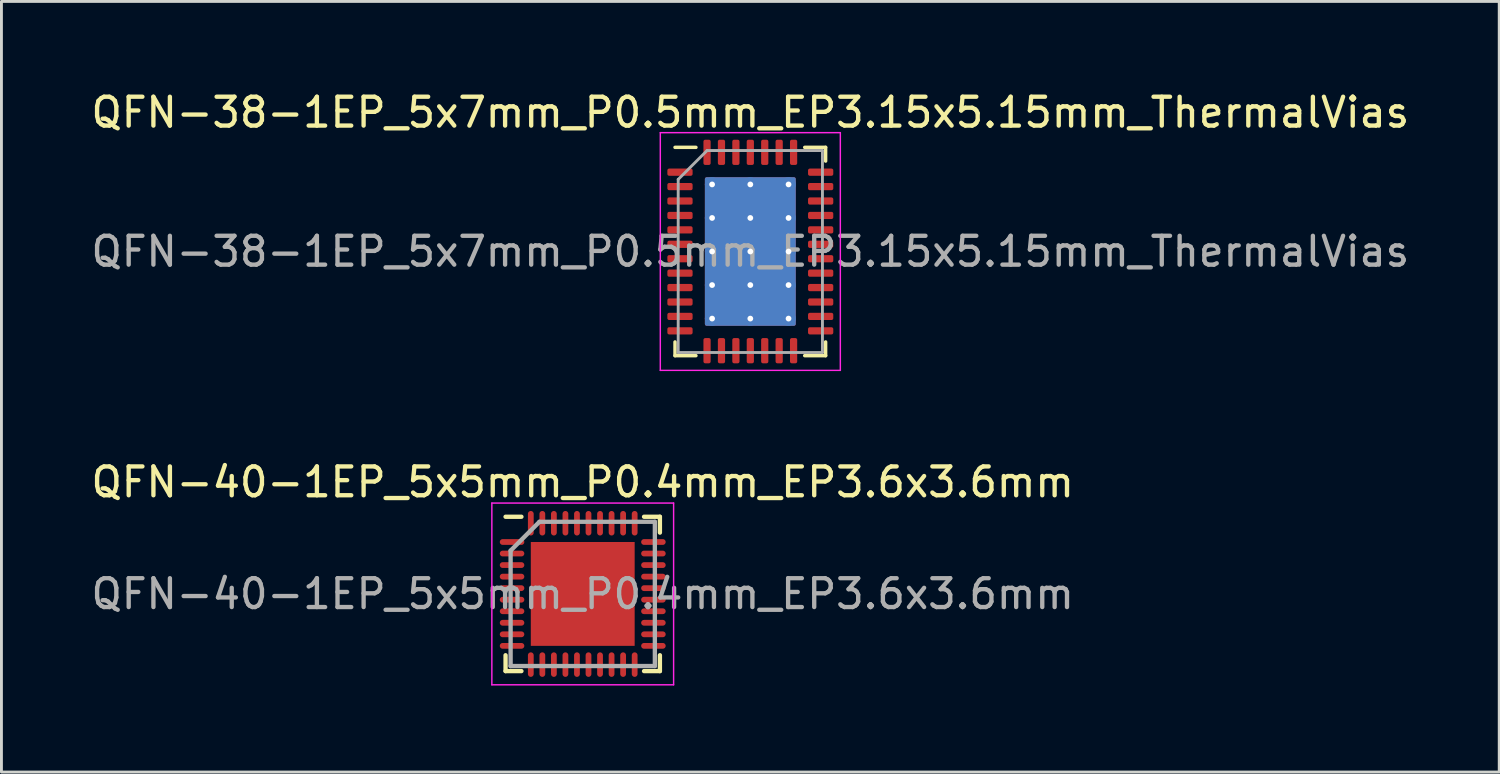
<source format=kicad_pcb>
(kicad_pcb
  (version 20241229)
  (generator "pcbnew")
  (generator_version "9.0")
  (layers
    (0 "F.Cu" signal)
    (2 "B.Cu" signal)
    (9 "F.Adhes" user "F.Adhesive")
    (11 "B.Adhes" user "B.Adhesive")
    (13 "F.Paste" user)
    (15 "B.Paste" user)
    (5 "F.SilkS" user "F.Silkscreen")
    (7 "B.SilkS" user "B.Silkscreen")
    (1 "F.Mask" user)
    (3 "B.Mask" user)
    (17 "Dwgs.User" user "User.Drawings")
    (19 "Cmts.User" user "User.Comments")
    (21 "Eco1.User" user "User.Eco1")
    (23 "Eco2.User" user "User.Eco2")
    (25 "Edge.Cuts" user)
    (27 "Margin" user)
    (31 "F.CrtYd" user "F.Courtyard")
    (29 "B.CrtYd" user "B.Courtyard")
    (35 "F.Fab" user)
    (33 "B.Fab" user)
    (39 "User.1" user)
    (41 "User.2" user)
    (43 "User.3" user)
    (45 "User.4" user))
  (footprint "QFN-40-1EP_5x5mm_P0.4mm_EP3.6x3.6mm"
    (layer "F.Cu")
    (at 17.149 17.537)
    (property "Reference" "QFN-40-1EP_5x5mm_P0.4mm_EP3.6x3.6mm" (at 0 -3.875 0) (layer "F.SilkS") (effects (font (size 1 1) (thickness 0.15))))
    (attr smd)
    (fp_line (start -2.675 -2.675) (end -2.125 -2.675) (stroke (width 0.15) (type solid)) (layer "F.SilkS"))
    (fp_line (start -2.675 2.675) (end -2.675 2.125) (stroke (width 0.15) (type solid)) (layer "F.SilkS"))
    (fp_line (start -2.675 2.675) (end -2.125 2.675) (stroke (width 0.15) (type solid)) (layer "F.SilkS"))
    (fp_line (start 2.675 -2.675) (end 2.125 -2.675) (stroke (width 0.15) (type solid)) (layer "F.SilkS"))
    (fp_line (start 2.675 -2.675) (end 2.675 -2.125) (stroke (width 0.15) (type solid)) (layer "F.SilkS"))
    (fp_line (start 2.675 2.675) (end 2.125 2.675) (stroke (width 0.15) (type solid)) (layer "F.SilkS"))
    (fp_line (start 2.675 2.675) (end 2.675 2.125) (stroke (width 0.15) (type solid)) (layer "F.SilkS"))
    (fp_line (start -3.15 -3.15) (end -3.15 3.15) (stroke (width 0.05) (type solid)) (layer "F.CrtYd"))
    (fp_line (start -3.15 -3.15) (end 3.15 -3.15) (stroke (width 0.05) (type solid)) (layer "F.CrtYd"))
    (fp_line (start -3.15 3.15) (end 3.15 3.15) (stroke (width 0.05) (type solid)) (layer "F.CrtYd"))
    (fp_line (start 3.15 -3.15) (end 3.15 3.15) (stroke (width 0.05) (type solid)) (layer "F.CrtYd"))
    (fp_line (start -2.5 -1.5) (end -1.5 -2.5) (stroke (width 0.15) (type solid)) (layer "F.Fab"))
    (fp_line (start -2.5 2.5) (end -2.5 -1.5) (stroke (width 0.15) (type solid)) (layer "F.Fab"))
    (fp_line (start -1.5 -2.5) (end 2.5 -2.5) (stroke (width 0.15) (type solid)) (layer "F.Fab"))
    (fp_line (start 2.5 -2.5) (end 2.5 2.5) (stroke (width 0.15) (type solid)) (layer "F.Fab"))
    (fp_line (start 2.5 2.5) (end -2.5 2.5) (stroke (width 0.15) (type solid)) (layer "F.Fab"))
    (fp_text user "${REFERENCE}" (at 0 0 0) (layer "F.Fab") (effects (font (size 1 1) (thickness 0.15))))
    (pad "" smd rect (at -1.2 -1.2) (size 0.97 0.97) (layers "F.Paste"))
    (pad "" smd rect (at -1.2 0) (size 0.97 0.97) (layers "F.Paste"))
    (pad "" smd rect (at -1.2 1.2) (size 0.97 0.97) (layers "F.Paste"))
    (pad "" smd rect (at 0 -1.2) (size 0.97 0.97) (layers "F.Paste"))
    (pad "" smd rect (at 0 0) (size 0.97 0.97) (layers "F.Paste"))
    (pad "" smd rect (at 0 1.2) (size 0.97 0.97) (layers "F.Paste"))
    (pad "" smd rect (at 1.2 -1.2) (size 0.97 0.97) (layers "F.Paste"))
    (pad "" smd rect (at 1.2 0) (size 0.97 0.97) (layers "F.Paste"))
    (pad "" smd rect (at 1.2 1.2) (size 0.97 0.97) (layers "F.Paste"))
    (pad "1" smd oval (at -2.45 -1.8) (size 0.85 0.2) (layers "F.Cu" "F.Mask" "F.Paste"))
    (pad "2" smd oval (at -2.45 -1.4) (size 0.85 0.2) (layers "F.Cu" "F.Mask" "F.Paste"))
    (pad "3" smd oval (at -2.45 -1) (size 0.85 0.2) (layers "F.Cu" "F.Mask" "F.Paste"))
    (pad "4" smd oval (at -2.45 -0.6) (size 0.85 0.2) (layers "F.Cu" "F.Mask" "F.Paste"))
    (pad "5" smd oval (at -2.45 -0.2) (size 0.85 0.2) (layers "F.Cu" "F.Mask" "F.Paste"))
    (pad "6" smd oval (at -2.45 0.2) (size 0.85 0.2) (layers "F.Cu" "F.Mask" "F.Paste"))
    (pad "7" smd oval (at -2.45 0.6) (size 0.85 0.2) (layers "F.Cu" "F.Mask" "F.Paste"))
    (pad "8" smd oval (at -2.45 1) (size 0.85 0.2) (layers "F.Cu" "F.Mask" "F.Paste"))
    (pad "9" smd oval (at -2.45 1.4) (size 0.85 0.2) (layers "F.Cu" "F.Mask" "F.Paste"))
    (pad "10" smd oval (at -2.45 1.8) (size 0.85 0.2) (layers "F.Cu" "F.Mask" "F.Paste"))
    (pad "11" smd oval (at -1.8 2.45 90) (size 0.85 0.2) (layers "F.Cu" "F.Mask" "F.Paste"))
    (pad "12" smd oval (at -1.4 2.45 90) (size 0.85 0.2) (layers "F.Cu" "F.Mask" "F.Paste"))
    (pad "13" smd oval (at -1 2.45 90) (size 0.85 0.2) (layers "F.Cu" "F.Mask" "F.Paste"))
    (pad "14" smd oval (at -0.6 2.45 90) (size 0.85 0.2) (layers "F.Cu" "F.Mask" "F.Paste"))
    (pad "15" smd oval (at -0.2 2.45 90) (size 0.85 0.2) (layers "F.Cu" "F.Mask" "F.Paste"))
    (pad "16" smd oval (at 0.2 2.45 90) (size 0.85 0.2) (layers "F.Cu" "F.Mask" "F.Paste"))
    (pad "17" smd oval (at 0.6 2.45 90) (size 0.85 0.2) (layers "F.Cu" "F.Mask" "F.Paste"))
    (pad "18" smd oval (at 1 2.45 90) (size 0.85 0.2) (layers "F.Cu" "F.Mask" "F.Paste"))
    (pad "19" smd oval (at 1.4 2.45 90) (size 0.85 0.2) (layers "F.Cu" "F.Mask" "F.Paste"))
    (pad "20" smd oval (at 1.8 2.45 90) (size 0.85 0.2) (layers "F.Cu" "F.Mask" "F.Paste"))
    (pad "21" smd oval (at 2.45 1.8) (size 0.85 0.2) (layers "F.Cu" "F.Mask" "F.Paste"))
    (pad "22" smd oval (at 2.45 1.4) (size 0.85 0.2) (layers "F.Cu" "F.Mask" "F.Paste"))
    (pad "23" smd oval (at 2.45 1) (size 0.85 0.2) (layers "F.Cu" "F.Mask" "F.Paste"))
    (pad "24" smd oval (at 2.45 0.6) (size 0.85 0.2) (layers "F.Cu" "F.Mask" "F.Paste"))
    (pad "25" smd oval (at 2.45 0.2) (size 0.85 0.2) (layers "F.Cu" "F.Mask" "F.Paste"))
    (pad "26" smd oval (at 2.45 -0.2) (size 0.85 0.2) (layers "F.Cu" "F.Mask" "F.Paste"))
    (pad "27" smd oval (at 2.45 -0.6) (size 0.85 0.2) (layers "F.Cu" "F.Mask" "F.Paste"))
    (pad "28" smd oval (at 2.45 -1) (size 0.85 0.2) (layers "F.Cu" "F.Mask" "F.Paste"))
    (pad "29" smd oval (at 2.45 -1.4) (size 0.85 0.2) (layers "F.Cu" "F.Mask" "F.Paste"))
    (pad "30" smd oval (at 2.45 -1.8) (size 0.85 0.2) (layers "F.Cu" "F.Mask" "F.Paste"))
    (pad "31" smd oval (at 1.8 -2.45 90) (size 0.85 0.2) (layers "F.Cu" "F.Mask" "F.Paste"))
    (pad "32" smd oval (at 1.4 -2.45 90) (size 0.85 0.2) (layers "F.Cu" "F.Mask" "F.Paste"))
    (pad "33" smd oval (at 1 -2.45 90) (size 0.85 0.2) (layers "F.Cu" "F.Mask" "F.Paste"))
    (pad "34" smd oval (at 0.6 -2.45 90) (size 0.85 0.2) (layers "F.Cu" "F.Mask" "F.Paste"))
    (pad "35" smd oval (at 0.2 -2.45 90) (size 0.85 0.2) (layers "F.Cu" "F.Mask" "F.Paste"))
    (pad "36" smd oval (at -0.2 -2.45 90) (size 0.85 0.2) (layers "F.Cu" "F.Mask" "F.Paste"))
    (pad "37" smd oval (at -0.6 -2.45 90) (size 0.85 0.2) (layers "F.Cu" "F.Mask" "F.Paste"))
    (pad "38" smd oval (at -1 -2.45 90) (size 0.85 0.2) (layers "F.Cu" "F.Mask" "F.Paste"))
    (pad "39" smd oval (at -1.4 -2.45 90) (size 0.85 0.2) (layers "F.Cu" "F.Mask" "F.Paste"))
    (pad "40" smd oval (at -1.8 -2.45 90) (size 0.85 0.2) (layers "F.Cu" "F.Mask" "F.Paste"))
    (pad "41" smd rect (at 0 0) (size 3.6 3.6) (layers "F.Cu" "F.Mask")))
  (footprint "QFN-38-1EP_5x7mm_P0.5mm_EP3.15x5.15mm_ThermalVias"
    (layer "F.Cu")
    (at 22.958 5.668)
    (property "Reference" "QFN-38-1EP_5x7mm_P0.5mm_EP3.15x5.15mm_ThermalVias" (at 0 -4.82 0) (layer "F.SilkS") (effects (font (size 1 1) (thickness 0.15))))
    (attr smd)
    (fp_line (start -2.61 3.61) (end -2.61 3.135) (stroke (width 0.12) (type solid)) (layer "F.SilkS"))
    (fp_line (start -1.885 -3.61) (end -2.61 -3.61) (stroke (width 0.12) (type solid)) (layer "F.SilkS"))
    (fp_line (start -1.885 3.61) (end -2.61 3.61) (stroke (width 0.12) (type solid)) (layer "F.SilkS"))
    (fp_line (start 1.885 -3.61) (end 2.61 -3.61) (stroke (width 0.12) (type solid)) (layer "F.SilkS"))
    (fp_line (start 1.885 3.61) (end 2.61 3.61) (stroke (width 0.12) (type solid)) (layer "F.SilkS"))
    (fp_line (start 2.61 -3.61) (end 2.61 -3.135) (stroke (width 0.12) (type solid)) (layer "F.SilkS"))
    (fp_line (start 2.61 3.61) (end 2.61 3.135) (stroke (width 0.12) (type solid)) (layer "F.SilkS"))
    (fp_line (start -3.12 -4.12) (end -3.12 4.12) (stroke (width 0.05) (type solid)) (layer "F.CrtYd"))
    (fp_line (start -3.12 4.12) (end 3.12 4.12) (stroke (width 0.05) (type solid)) (layer "F.CrtYd"))
    (fp_line (start 3.12 -4.12) (end -3.12 -4.12) (stroke (width 0.05) (type solid)) (layer "F.CrtYd"))
    (fp_line (start 3.12 4.12) (end 3.12 -4.12) (stroke (width 0.05) (type solid)) (layer "F.CrtYd"))
    (fp_line (start -2.5 -2.5) (end -1.5 -3.5) (stroke (width 0.1) (type solid)) (layer "F.Fab"))
    (fp_line (start -2.5 3.5) (end -2.5 -2.5) (stroke (width 0.1) (type solid)) (layer "F.Fab"))
    (fp_line (start -1.5 -3.5) (end 2.5 -3.5) (stroke (width 0.1) (type solid)) (layer "F.Fab"))
    (fp_line (start 2.5 -3.5) (end 2.5 3.5) (stroke (width 0.1) (type solid)) (layer "F.Fab"))
    (fp_line (start 2.5 3.5) (end -2.5 3.5) (stroke (width 0.1) (type solid)) (layer "F.Fab"))
    (fp_text user "${REFERENCE}" (at 0 0 0) (layer "F.Fab") (effects (font (size 1 1) (thickness 0.15))))
    (pad "" smd roundrect (at -0.79 -1.935) (size 1.36 1.12) (layers "F.Paste") (roundrect_rratio 0.223))
    (pad "" smd roundrect (at -0.79 -0.645) (size 1.36 1.12) (layers "F.Paste") (roundrect_rratio 0.223))
    (pad "" smd roundrect (at -0.79 0.645) (size 1.36 1.12) (layers "F.Paste") (roundrect_rratio 0.223))
    (pad "" smd roundrect (at -0.79 1.935) (size 1.36 1.12) (layers "F.Paste") (roundrect_rratio 0.223))
    (pad "" smd roundrect (at 0.79 -1.935) (size 1.36 1.12) (layers "F.Paste") (roundrect_rratio 0.223))
    (pad "" smd roundrect (at 0.79 -0.645) (size 1.36 1.12) (layers "F.Paste") (roundrect_rratio 0.223))
    (pad "" smd roundrect (at 0.79 0.645) (size 1.36 1.12) (layers "F.Paste") (roundrect_rratio 0.223))
    (pad "" smd roundrect (at 0.79 1.935) (size 1.36 1.12) (layers "F.Paste") (roundrect_rratio 0.223))
    (pad "1" smd roundrect (at -2.438 -2.75) (size 0.875 0.25) (layers "F.Cu" "F.Mask" "F.Paste") (roundrect_rratio 0.25))
    (pad "2" smd roundrect (at -2.438 -2.25) (size 0.875 0.25) (layers "F.Cu" "F.Mask" "F.Paste") (roundrect_rratio 0.25))
    (pad "3" smd roundrect (at -2.438 -1.75) (size 0.875 0.25) (layers "F.Cu" "F.Mask" "F.Paste") (roundrect_rratio 0.25))
    (pad "4" smd roundrect (at -2.438 -1.25) (size 0.875 0.25) (layers "F.Cu" "F.Mask" "F.Paste") (roundrect_rratio 0.25))
    (pad "5" smd roundrect (at -2.438 -0.75) (size 0.875 0.25) (layers "F.Cu" "F.Mask" "F.Paste") (roundrect_rratio 0.25))
    (pad "6" smd roundrect (at -2.438 -0.25) (size 0.875 0.25) (layers "F.Cu" "F.Mask" "F.Paste") (roundrect_rratio 0.25))
    (pad "7" smd roundrect (at -2.438 0.25) (size 0.875 0.25) (layers "F.Cu" "F.Mask" "F.Paste") (roundrect_rratio 0.25))
    (pad "8" smd roundrect (at -2.438 0.75) (size 0.875 0.25) (layers "F.Cu" "F.Mask" "F.Paste") (roundrect_rratio 0.25))
    (pad "9" smd roundrect (at -2.438 1.25) (size 0.875 0.25) (layers "F.Cu" "F.Mask" "F.Paste") (roundrect_rratio 0.25))
    (pad "10" smd roundrect (at -2.438 1.75) (size 0.875 0.25) (layers "F.Cu" "F.Mask" "F.Paste") (roundrect_rratio 0.25))
    (pad "11" smd roundrect (at -2.438 2.25) (size 0.875 0.25) (layers "F.Cu" "F.Mask" "F.Paste") (roundrect_rratio 0.25))
    (pad "12" smd roundrect (at -2.438 2.75) (size 0.875 0.25) (layers "F.Cu" "F.Mask" "F.Paste") (roundrect_rratio 0.25))
    (pad "13" smd roundrect (at -1.5 3.438) (size 0.25 0.875) (layers "F.Cu" "F.Mask" "F.Paste") (roundrect_rratio 0.25))
    (pad "14" smd roundrect (at -1 3.438) (size 0.25 0.875) (layers "F.Cu" "F.Mask" "F.Paste") (roundrect_rratio 0.25))
    (pad "15" smd roundrect (at -0.5 3.438) (size 0.25 0.875) (layers "F.Cu" "F.Mask" "F.Paste") (roundrect_rratio 0.25))
    (pad "16" smd roundrect (at 0 3.438) (size 0.25 0.875) (layers "F.Cu" "F.Mask" "F.Paste") (roundrect_rratio 0.25))
    (pad "17" smd roundrect (at 0.5 3.438) (size 0.25 0.875) (layers "F.Cu" "F.Mask" "F.Paste") (roundrect_rratio 0.25))
    (pad "18" smd roundrect (at 1 3.438) (size 0.25 0.875) (layers "F.Cu" "F.Mask" "F.Paste") (roundrect_rratio 0.25))
    (pad "19" smd roundrect (at 1.5 3.438) (size 0.25 0.875) (layers "F.Cu" "F.Mask" "F.Paste") (roundrect_rratio 0.25))
    (pad "20" smd roundrect (at 2.438 2.75) (size 0.875 0.25) (layers "F.Cu" "F.Mask" "F.Paste") (roundrect_rratio 0.25))
    (pad "21" smd roundrect (at 2.438 2.25) (size 0.875 0.25) (layers "F.Cu" "F.Mask" "F.Paste") (roundrect_rratio 0.25))
    (pad "22" smd roundrect (at 2.438 1.75) (size 0.875 0.25) (layers "F.Cu" "F.Mask" "F.Paste") (roundrect_rratio 0.25))
    (pad "23" smd roundrect (at 2.438 1.25) (size 0.875 0.25) (layers "F.Cu" "F.Mask" "F.Paste") (roundrect_rratio 0.25))
    (pad "24" smd roundrect (at 2.438 0.75) (size 0.875 0.25) (layers "F.Cu" "F.Mask" "F.Paste") (roundrect_rratio 0.25))
    (pad "25" smd roundrect (at 2.438 0.25) (size 0.875 0.25) (layers "F.Cu" "F.Mask" "F.Paste") (roundrect_rratio 0.25))
    (pad "26" smd roundrect (at 2.438 -0.25) (size 0.875 0.25) (layers "F.Cu" "F.Mask" "F.Paste") (roundrect_rratio 0.25))
    (pad "27" smd roundrect (at 2.438 -0.75) (size 0.875 0.25) (layers "F.Cu" "F.Mask" "F.Paste") (roundrect_rratio 0.25))
    (pad "28" smd roundrect (at 2.438 -1.25) (size 0.875 0.25) (layers "F.Cu" "F.Mask" "F.Paste") (roundrect_rratio 0.25))
    (pad "29" smd roundrect (at 2.438 -1.75) (size 0.875 0.25) (layers "F.Cu" "F.Mask" "F.Paste") (roundrect_rratio 0.25))
    (pad "30" smd roundrect (at 2.438 -2.25) (size 0.875 0.25) (layers "F.Cu" "F.Mask" "F.Paste") (roundrect_rratio 0.25))
    (pad "31" smd roundrect (at 2.438 -2.75) (size 0.875 0.25) (layers "F.Cu" "F.Mask" "F.Paste") (roundrect_rratio 0.25))
    (pad "32" smd roundrect (at 1.5 -3.438) (size 0.25 0.875) (layers "F.Cu" "F.Mask" "F.Paste") (roundrect_rratio 0.25))
    (pad "33" smd roundrect (at 1 -3.438) (size 0.25 0.875) (layers "F.Cu" "F.Mask" "F.Paste") (roundrect_rratio 0.25))
    (pad "34" smd roundrect (at 0.5 -3.438) (size 0.25 0.875) (layers "F.Cu" "F.Mask" "F.Paste") (roundrect_rratio 0.25))
    (pad "35" smd roundrect (at 0 -3.438) (size 0.25 0.875) (layers "F.Cu" "F.Mask" "F.Paste") (roundrect_rratio 0.25))
    (pad "36" smd roundrect (at -0.5 -3.438) (size 0.25 0.875) (layers "F.Cu" "F.Mask" "F.Paste") (roundrect_rratio 0.25))
    (pad "37" smd roundrect (at -1 -3.438) (size 0.25 0.875) (layers "F.Cu" "F.Mask" "F.Paste") (roundrect_rratio 0.25))
    (pad "38" smd roundrect (at -1.5 -3.438) (size 0.25 0.875) (layers "F.Cu" "F.Mask" "F.Paste") (roundrect_rratio 0.25))
    (pad "39" thru_hole circle (at -1.325 -2.325) (size 0.5 0.5) (drill 0.2) (layers "*.Cu"))
    (pad "39" thru_hole circle (at -1.325 -1.163) (size 0.5 0.5) (drill 0.2) (layers "*.Cu"))
    (pad "39" thru_hole circle (at -1.325 0) (size 0.5 0.5) (drill 0.2) (layers "*.Cu"))
    (pad "39" thru_hole circle (at -1.325 1.163) (size 0.5 0.5) (drill 0.2) (layers "*.Cu"))
    (pad "39" thru_hole circle (at -1.325 2.325) (size 0.5 0.5) (drill 0.2) (layers "*.Cu"))
    (pad "39" thru_hole circle (at 0 -2.325) (size 0.5 0.5) (drill 0.2) (layers "*.Cu"))
    (pad "39" thru_hole circle (at 0 -1.163) (size 0.5 0.5) (drill 0.2) (layers "*.Cu"))
    (pad "39" thru_hole circle (at 0 0) (size 0.5 0.5) (drill 0.2) (layers "*.Cu"))
    (pad "39" smd roundrect (at 0 0) (size 3.15 5.15) (layers "F.Cu" "F.Mask") (roundrect_rratio 0.02))
    (pad "39" smd roundrect (at 0 0) (size 3.15 5.15) (layers "B.Cu") (roundrect_rratio 0.02))
    (pad "39" thru_hole circle (at 0 1.163) (size 0.5 0.5) (drill 0.2) (layers "*.Cu"))
    (pad "39" thru_hole circle (at 0 2.325) (size 0.5 0.5) (drill 0.2) (layers "*.Cu"))
    (pad "39" thru_hole circle (at 1.325 -2.325) (size 0.5 0.5) (drill 0.2) (layers "*.Cu"))
    (pad "39" thru_hole circle (at 1.325 -1.163) (size 0.5 0.5) (drill 0.2) (layers "*.Cu"))
    (pad "39" thru_hole circle (at 1.325 0) (size 0.5 0.5) (drill 0.2) (layers "*.Cu"))
    (pad "39" thru_hole circle (at 1.325 1.163) (size 0.5 0.5) (drill 0.2) (layers "*.Cu"))
    (pad "39" thru_hole circle (at 1.325 2.325) (size 0.5 0.5) (drill 0.2) (layers "*.Cu")))
  (gr_rect
    (start -3 -3)
    (end 48.917 23.712)
    (stroke (width 0.1) (type default))
    (fill no)
    (layer "Edge.Cuts")))
</source>
